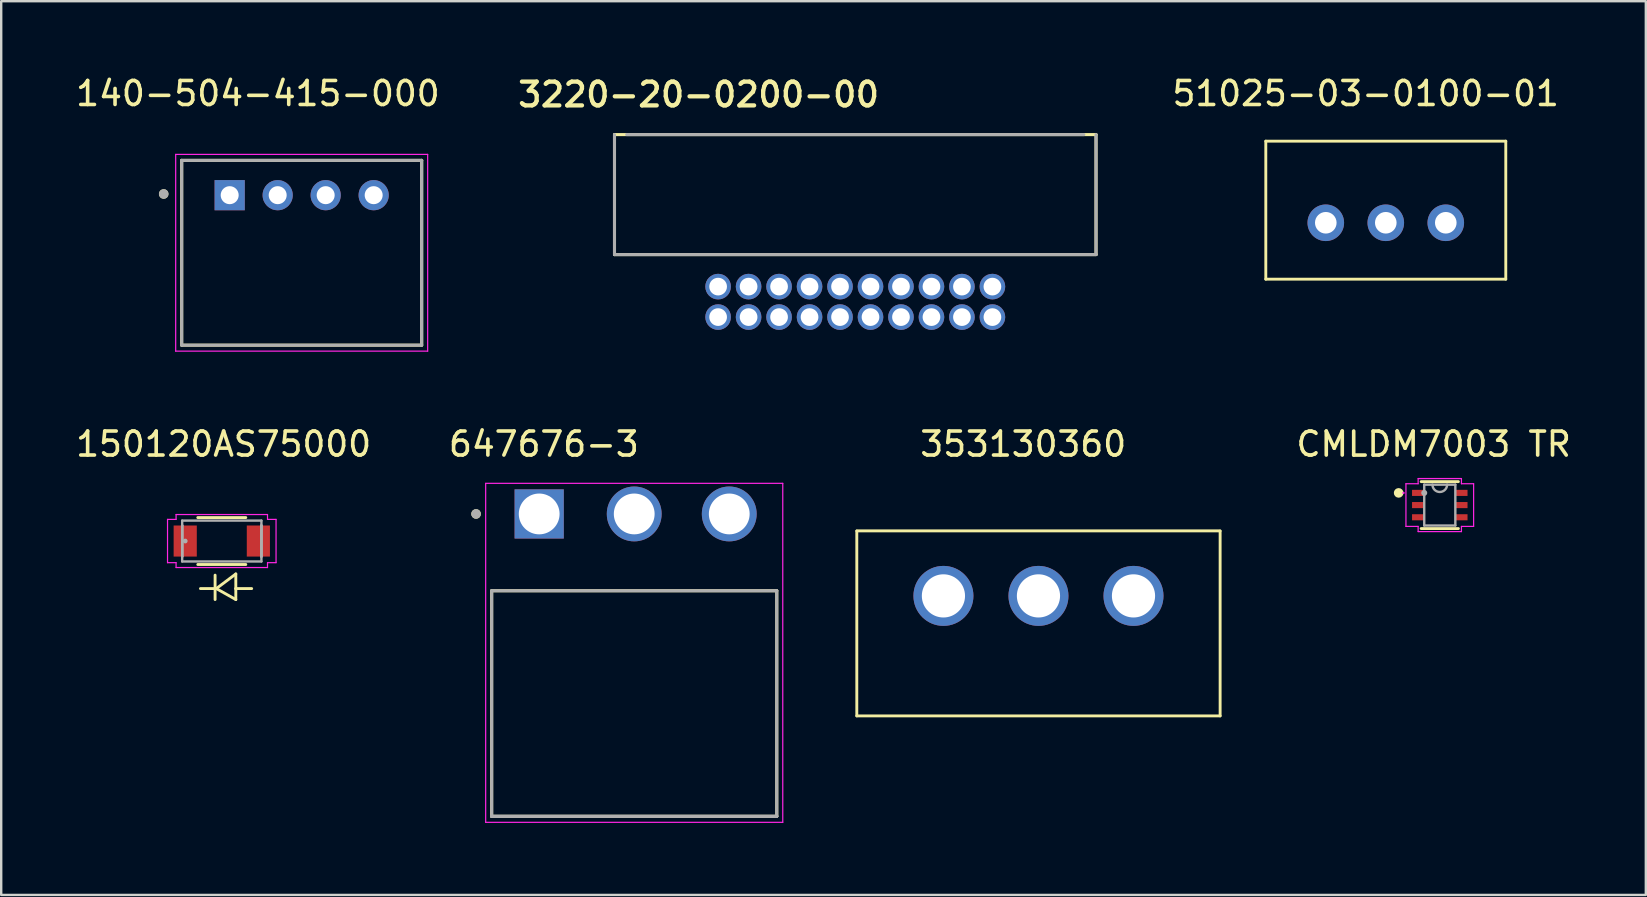
<source format=kicad_pcb>
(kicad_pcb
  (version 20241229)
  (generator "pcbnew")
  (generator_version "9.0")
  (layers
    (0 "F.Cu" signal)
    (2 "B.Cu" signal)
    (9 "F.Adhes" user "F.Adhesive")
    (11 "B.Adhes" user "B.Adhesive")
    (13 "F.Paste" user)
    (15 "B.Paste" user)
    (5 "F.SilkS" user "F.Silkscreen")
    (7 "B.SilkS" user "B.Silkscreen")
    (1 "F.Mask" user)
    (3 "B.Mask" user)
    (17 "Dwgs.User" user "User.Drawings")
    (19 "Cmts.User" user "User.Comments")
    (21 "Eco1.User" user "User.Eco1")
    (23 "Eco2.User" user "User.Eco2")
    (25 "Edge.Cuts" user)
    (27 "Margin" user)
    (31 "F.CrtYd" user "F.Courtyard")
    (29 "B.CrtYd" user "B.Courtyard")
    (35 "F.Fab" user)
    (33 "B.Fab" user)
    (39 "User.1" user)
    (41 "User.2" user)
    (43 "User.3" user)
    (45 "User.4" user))
  (footprint "CMLDM7003 TR"
    (layer "F.Cu")
    (at 56.946 17.997)
    (property "Reference" "CMLDM7003 TR" (at -0.254 -2.54 0) (layer "F.SilkS") (effects (font (size 1 1) (thickness 0.15))))
    (attr through_hole)
    (fp_line (start -0.775 0.978) (end 0.775 0.978) (stroke (width 0.12) (type solid)) (layer "F.SilkS"))
    (fp_line (start 0.775 -0.978) (end -0.775 -0.978) (stroke (width 0.12) (type solid)) (layer "F.SilkS"))
    (fp_circle (center -1.714 -0.508) (end -1.613 -0.508) (stroke (width 0.2) (type solid)) (fill no) (layer "F.SilkS"))
    (fp_line (start -1.41 -0.889) (end -0.902 -0.889) (stroke (width 0.05) (type solid)) (layer "F.CrtYd"))
    (fp_line (start -1.41 0.889) (end -1.41 -0.889) (stroke (width 0.05) (type solid)) (layer "F.CrtYd"))
    (fp_line (start -0.902 -1.105) (end 0.902 -1.105) (stroke (width 0.05) (type solid)) (layer "F.CrtYd"))
    (fp_line (start -0.902 -0.889) (end -0.902 -1.105) (stroke (width 0.05) (type solid)) (layer "F.CrtYd"))
    (fp_line (start -0.902 0.889) (end -1.41 0.889) (stroke (width 0.05) (type solid)) (layer "F.CrtYd"))
    (fp_line (start -0.902 1.105) (end -0.902 0.889) (stroke (width 0.05) (type solid)) (layer "F.CrtYd"))
    (fp_line (start 0.902 -1.105) (end 0.902 -0.889) (stroke (width 0.05) (type solid)) (layer "F.CrtYd"))
    (fp_line (start 0.902 -0.889) (end 1.41 -0.889) (stroke (width 0.05) (type solid)) (layer "F.CrtYd"))
    (fp_line (start 0.902 0.889) (end 0.902 1.105) (stroke (width 0.05) (type solid)) (layer "F.CrtYd"))
    (fp_line (start 0.902 1.105) (end -0.902 1.105) (stroke (width 0.05) (type solid)) (layer "F.CrtYd"))
    (fp_line (start 1.41 -0.889) (end 1.41 0.889) (stroke (width 0.05) (type solid)) (layer "F.CrtYd"))
    (fp_line (start 1.41 0.889) (end 0.902 0.889) (stroke (width 0.05) (type solid)) (layer "F.CrtYd"))
    (fp_circle (center -1.511 -0.508) (end -1.511 -0.508) (stroke (width 0.05) (type solid)) (fill no) (layer "F.CrtYd"))
    (fp_line (start -0.648 -0.851) (end -0.648 0.851) (stroke (width 0.1) (type solid)) (layer "F.Fab"))
    (fp_line (start -0.648 0.851) (end 0.648 0.851) (stroke (width 0.1) (type solid)) (layer "F.Fab"))
    (fp_line (start 0.648 -0.851) (end -0.648 -0.851) (stroke (width 0.1) (type solid)) (layer "F.Fab"))
    (fp_line (start 0.648 0.851) (end 0.648 -0.851) (stroke (width 0.1) (type solid)) (layer "F.Fab"))
    (fp_arc (start 0.3048 -0.8509) (mid 0 -0.5461) (end -0.3048 -0.8509) (stroke (width 0.1) (type solid)) (layer "F.Fab"))
    (fp_circle (center -0.648 -0.508) (end -0.572 -0.508) (stroke (width 0.1) (type solid)) (fill no) (layer "F.Fab"))
    (pad "1" smd rect (at -0.902 -0.508) (size 0.508 0.254) (layers "F.Cu" "F.Mask" "F.Paste"))
    (pad "2" smd rect (at -0.902 0) (size 0.508 0.254) (layers "F.Cu" "F.Mask" "F.Paste"))
    (pad "3" smd rect (at -0.902 0.508) (size 0.508 0.254) (layers "F.Cu" "F.Mask" "F.Paste"))
    (pad "4" smd rect (at 0.902 0.508) (size 0.508 0.254) (layers "F.Cu" "F.Mask" "F.Paste"))
    (pad "5" smd rect (at 0.902 0) (size 0.508 0.254) (layers "F.Cu" "F.Mask" "F.Paste"))
    (pad "6" smd rect (at 0.902 -0.508) (size 0.508 0.254) (layers "F.Cu" "F.Mask" "F.Paste")))
  (footprint "140-504-415-000"
    (layer "F.Cu")
    (at 9.521 7.483)
    (property "Reference" "140-504-415-000" (at -1.825 -6.635 0) (layer "F.SilkS") (effects (font (size 1 1) (thickness 0.15))))
    (attr through_hole)
    (fp_line (start -5 -3.85) (end 5 -3.85) (stroke (width 0.127) (type solid)) (layer "F.SilkS"))
    (fp_line (start -5 3.85) (end -5 -3.85) (stroke (width 0.127) (type solid)) (layer "F.SilkS"))
    (fp_line (start 5 -3.85) (end 5 3.85) (stroke (width 0.127) (type solid)) (layer "F.SilkS"))
    (fp_line (start 5 3.85) (end -5 3.85) (stroke (width 0.127) (type solid)) (layer "F.SilkS"))
    (fp_circle (center -5.75 -2.45) (end -5.65 -2.45) (stroke (width 0.2) (type solid)) (fill no) (layer "F.SilkS"))
    (fp_line (start -5.25 -4.1) (end -5.25 4.1) (stroke (width 0.05) (type solid)) (layer "F.CrtYd"))
    (fp_line (start -5.25 4.1) (end 5.25 4.1) (stroke (width 0.05) (type solid)) (layer "F.CrtYd"))
    (fp_line (start 5.25 -4.1) (end -5.25 -4.1) (stroke (width 0.05) (type solid)) (layer "F.CrtYd"))
    (fp_line (start 5.25 4.1) (end 5.25 -4.1) (stroke (width 0.05) (type solid)) (layer "F.CrtYd"))
    (fp_line (start -5 -3.85) (end 5 -3.85) (stroke (width 0.127) (type solid)) (layer "F.Fab"))
    (fp_line (start -5 3.85) (end -5 -3.85) (stroke (width 0.127) (type solid)) (layer "F.Fab"))
    (fp_line (start 5 -3.85) (end 5 3.85) (stroke (width 0.127) (type solid)) (layer "F.Fab"))
    (fp_line (start 5 3.85) (end -5 3.85) (stroke (width 0.127) (type solid)) (layer "F.Fab"))
    (fp_circle (center -5.75 -2.45) (end -5.65 -2.45) (stroke (width 0.2) (type solid)) (fill no) (layer "F.Fab"))
    (pad "1" thru_hole rect (at -3 -2.4) (size 1.258 1.258) (drill 0.75) (layers "*.Cu" "*.Mask"))
    (pad "2" thru_hole circle (at -1 -2.4) (size 1.258 1.258) (drill 0.75) (layers "*.Cu" "*.Mask"))
    (pad "3" thru_hole circle (at 1 -2.4) (size 1.258 1.258) (drill 0.75) (layers "*.Cu" "*.Mask"))
    (pad "4" thru_hole circle (at 3 -2.4) (size 1.258 1.258) (drill 0.75) (layers "*.Cu" "*.Mask")))
  (footprint "150120AS75000"
    (layer "F.Cu")
    (at 6.192 19.495)
    (property "Reference" "150120AS75000" (at 0.076 -4.039 0) (layer "F.SilkS") (effects (font (size 1 1) (thickness 0.15))))
    (attr smd)
    (fp_line (start -1 0.978) (end 1 0.978) (stroke (width 0.12) (type solid)) (layer "F.SilkS"))
    (fp_line (start -0.279 1.422) (end -0.279 2.438) (stroke (width 0.12) (type solid)) (layer "F.SilkS"))
    (fp_line (start -0.229 1.981) (end -0.889 1.981) (stroke (width 0.12) (type solid)) (layer "F.SilkS"))
    (fp_line (start 0.584 1.372) (end -0.229 1.981) (stroke (width 0.12) (type solid)) (layer "F.SilkS"))
    (fp_line (start 0.584 1.981) (end 0.584 1.372) (stroke (width 0.12) (type solid)) (layer "F.SilkS"))
    (fp_line (start 0.584 1.981) (end 0.584 2.438) (stroke (width 0.12) (type solid)) (layer "F.SilkS"))
    (fp_line (start 0.584 2.438) (end -0.229 1.981) (stroke (width 0.12) (type solid)) (layer "F.SilkS"))
    (fp_line (start 1 -0.978) (end -1 -0.978) (stroke (width 0.12) (type solid)) (layer "F.SilkS"))
    (fp_line (start 1.245 1.981) (end 0.584 1.981) (stroke (width 0.12) (type solid)) (layer "F.SilkS"))
    (fp_line (start -2.261 -0.902) (end -1.905 -0.902) (stroke (width 0.05) (type solid)) (layer "F.CrtYd"))
    (fp_line (start -2.261 0.902) (end -2.261 -0.902) (stroke (width 0.05) (type solid)) (layer "F.CrtYd"))
    (fp_line (start -1.905 -1.105) (end 1.905 -1.105) (stroke (width 0.05) (type solid)) (layer "F.CrtYd"))
    (fp_line (start -1.905 -0.902) (end -1.905 -1.105) (stroke (width 0.05) (type solid)) (layer "F.CrtYd"))
    (fp_line (start -1.905 0.902) (end -2.261 0.902) (stroke (width 0.05) (type solid)) (layer "F.CrtYd"))
    (fp_line (start -1.905 1.105) (end -1.905 0.902) (stroke (width 0.05) (type solid)) (layer "F.CrtYd"))
    (fp_line (start 1.905 -1.105) (end 1.905 -0.902) (stroke (width 0.05) (type solid)) (layer "F.CrtYd"))
    (fp_line (start 1.905 -0.902) (end 2.261 -0.902) (stroke (width 0.05) (type solid)) (layer "F.CrtYd"))
    (fp_line (start 1.905 0.902) (end 1.905 1.105) (stroke (width 0.05) (type solid)) (layer "F.CrtYd"))
    (fp_line (start 1.905 1.105) (end -1.905 1.105) (stroke (width 0.05) (type solid)) (layer "F.CrtYd"))
    (fp_line (start 2.261 -0.902) (end 2.261 0.902) (stroke (width 0.05) (type solid)) (layer "F.CrtYd"))
    (fp_line (start 2.261 0.902) (end 1.905 0.902) (stroke (width 0.05) (type solid)) (layer "F.CrtYd"))
    (fp_line (start -1.651 -0.851) (end -1.651 0.851) (stroke (width 0.1) (type solid)) (layer "F.Fab"))
    (fp_line (start -1.651 -0.648) (end -1.651 -0.648) (stroke (width 0.1) (type solid)) (layer "F.Fab"))
    (fp_line (start -1.651 -0.648) (end -1.651 0.648) (stroke (width 0.1) (type solid)) (layer "F.Fab"))
    (fp_line (start -1.651 0.648) (end -1.651 -0.648) (stroke (width 0.1) (type solid)) (layer "F.Fab"))
    (fp_line (start -1.651 0.648) (end -1.651 0.648) (stroke (width 0.1) (type solid)) (layer "F.Fab"))
    (fp_line (start -1.651 0.851) (end 1.651 0.851) (stroke (width 0.1) (type solid)) (layer "F.Fab"))
    (fp_line (start 1.651 -0.851) (end -1.651 -0.851) (stroke (width 0.1) (type solid)) (layer "F.Fab"))
    (fp_line (start 1.651 -0.648) (end 1.651 -0.648) (stroke (width 0.1) (type solid)) (layer "F.Fab"))
    (fp_line (start 1.651 -0.648) (end 1.651 0.648) (stroke (width 0.1) (type solid)) (layer "F.Fab"))
    (fp_line (start 1.651 0.648) (end 1.651 -0.648) (stroke (width 0.1) (type solid)) (layer "F.Fab"))
    (fp_line (start 1.651 0.648) (end 1.651 0.648) (stroke (width 0.1) (type solid)) (layer "F.Fab"))
    (fp_line (start 1.651 0.851) (end 1.651 -0.851) (stroke (width 0.1) (type solid)) (layer "F.Fab"))
    (fp_circle (center -1.524 0) (end -1.524 0) (stroke (width 0.1) (type solid)) (fill no) (layer "F.Fab"))
    (pad "1" smd rect (at -1.524 0) (size 0.965 1.295) (layers "F.Cu" "F.Mask" "F.Paste"))
    (pad "2" smd rect (at 1.524 0) (size 0.965 1.295) (layers "F.Cu" "F.Mask" "F.Paste")))
  (footprint "353130360"
    (layer "F.Cu")
    (at 40.223 21.781)
    (property "Reference" "353130360" (at -0.635 -6.325 0) (layer "F.SilkS") (effects (font (size 1 1) (thickness 0.15))))
    (attr through_hole)
    (fp_line (start -7.57 -2.71) (end 7.57 -2.71) (stroke (width 0.12) (type solid)) (layer "F.SilkS"))
    (fp_line (start -7.57 5) (end -7.57 -2.7) (stroke (width 0.12) (type solid)) (layer "F.SilkS"))
    (fp_line (start 7.57 -2.7) (end 7.57 5) (stroke (width 0.12) (type solid)) (layer "F.SilkS"))
    (fp_line (start 7.57 5) (end -7.57 5) (stroke (width 0.12) (type solid)) (layer "F.SilkS"))
    (pad "1" thru_hole circle (at -3.96 0) (size 2.5 2.5) (drill 1.8) (layers "*.Cu" "*.Mask"))
    (pad "2" thru_hole circle (at 0 0) (size 2.5 2.5) (drill 1.8) (layers "*.Cu" "*.Mask"))
    (pad "3" thru_hole circle (at 3.96 0) (size 2.5 2.5) (drill 1.8) (layers "*.Cu" "*.Mask")))
  (footprint "647676-3"
    (layer "F.Cu")
    (at 19.418 18.366)
    (property "Reference" "647676-3" (at 0.195 -2.91 0) (layer "F.SilkS") (effects (font (size 1 1) (thickness 0.15))))
    (attr through_hole)
    (fp_line (start -1.98 12.6) (end -1.98 3.2) (stroke (width 0.127) (type solid)) (layer "F.SilkS"))
    (fp_line (start 9.9 3.2) (end -1.98 3.2) (stroke (width 0.127) (type solid)) (layer "F.SilkS"))
    (fp_line (start 9.9 3.2) (end 9.9 12.6) (stroke (width 0.127) (type solid)) (layer "F.SilkS"))
    (fp_line (start 9.9 12.6) (end -1.98 12.6) (stroke (width 0.127) (type solid)) (layer "F.SilkS"))
    (fp_circle (center -2.63 0) (end -2.53 0) (stroke (width 0.2) (type solid)) (fill no) (layer "F.SilkS"))
    (fp_line (start -2.23 -1.275) (end 10.15 -1.275) (stroke (width 0.05) (type solid)) (layer "F.CrtYd"))
    (fp_line (start -2.23 12.85) (end -2.23 -1.275) (stroke (width 0.05) (type solid)) (layer "F.CrtYd"))
    (fp_line (start 10.15 -1.275) (end 10.15 12.85) (stroke (width 0.05) (type solid)) (layer "F.CrtYd"))
    (fp_line (start 10.15 12.85) (end -2.23 12.85) (stroke (width 0.05) (type solid)) (layer "F.CrtYd"))
    (fp_line (start -1.98 3.2) (end 9.9 3.2) (stroke (width 0.127) (type solid)) (layer "F.Fab"))
    (fp_line (start -1.98 12.6) (end -1.98 3.2) (stroke (width 0.127) (type solid)) (layer "F.Fab"))
    (fp_line (start -1.98 12.6) (end -1.98 12.6) (stroke (width 0.127) (type solid)) (layer "F.Fab"))
    (fp_line (start -1.98 12.6) (end 9.9 12.6) (stroke (width 0.127) (type solid)) (layer "F.Fab"))
    (fp_line (start 9.9 3.2) (end 9.9 12.6) (stroke (width 0.127) (type solid)) (layer "F.Fab"))
    (fp_line (start 9.9 12.6) (end -1.98 12.6) (stroke (width 0.127) (type solid)) (layer "F.Fab"))
    (fp_line (start 9.9 12.6) (end 9.9 12.6) (stroke (width 0.127) (type solid)) (layer "F.Fab"))
    (fp_circle (center -2.63 0) (end -2.53 0) (stroke (width 0.2) (type solid)) (fill no) (layer "F.Fab"))
    (pad "1" thru_hole rect (at 0 0) (size 2.05 2.05) (drill 1.7) (layers "*.Cu" "*.Mask"))
    (pad "2" thru_hole circle (at 3.96 0) (size 2.286 2.286) (drill 1.7) (layers "*.Cu" "*.Mask"))
    (pad "3" thru_hole circle (at 7.92 0) (size 2.286 2.286) (drill 1.7) (layers "*.Cu" "*.Mask")))
  (footprint "51025-03-0100-01"
    (layer "F.Cu")
    (at 54.696 6.233)
    (property "Reference" "51025-03-0100-01" (at -0.838 -5.385 0) (layer "F.SilkS") (effects (font (size 1 1) (thickness 0.15))))
    (attr through_hole)
    (fp_line (start -5 -3.4) (end 5 -3.4) (stroke (width 0.12) (type solid)) (layer "F.SilkS"))
    (fp_line (start -5 2.35) (end -5 -3.4) (stroke (width 0.12) (type solid)) (layer "F.SilkS"))
    (fp_line (start 5 -3.4) (end 5 2.35) (stroke (width 0.12) (type solid)) (layer "F.SilkS"))
    (fp_line (start 5 2.35) (end -5 2.35) (stroke (width 0.12) (type solid)) (layer "F.SilkS"))
    (pad "1" thru_hole circle (at -2.5 0) (size 1.524 1.524) (drill 0.9) (layers "*.Cu" "*.Mask"))
    (pad "2" thru_hole circle (at 0 0) (size 1.524 1.524) (drill 0.9) (layers "*.Cu" "*.Mask"))
    (pad "3" thru_hole circle (at 2.5 0) (size 1.524 1.524) (drill 0.9) (layers "*.Cu" "*.Mask")))
  (footprint "3220-20-0200-00"
    (layer "F.Cu")
    (at 32.589 8.893)
    (property "Reference" "3220-20-0200-00" (at -6.528 -8.001 0) (layer "F.SilkS") (effects (font (size 0.991 0.991) (thickness 0.178))))
    (attr through_hole)
    (fp_line (start -10.033 -6.334) (end 10.033 -6.334) (stroke (width 0.127) (type solid)) (layer "F.SilkS"))
    (fp_line (start -10.033 -1.334) (end -10.033 -6.334) (stroke (width 0.127) (type solid)) (layer "F.SilkS"))
    (fp_line (start 10.033 -6.334) (end 10.033 -1.334) (stroke (width 0.127) (type solid)) (layer "F.SilkS"))
    (fp_line (start 10.033 -1.334) (end -10.033 -1.334) (stroke (width 0.127) (type solid)) (layer "F.SilkS"))
    (fp_line (start -10.033 -1.334) (end -10.033 -6.334) (stroke (width 0.127) (type solid)) (layer "F.Fab"))
    (fp_line (start -9.525 -6.334) (end 9.525 -6.334) (stroke (width 0.127) (type solid)) (layer "F.Fab"))
    (fp_line (start 10.033 -6.334) (end 10.033 -1.334) (stroke (width 0.127) (type solid)) (layer "F.Fab"))
    (fp_line (start 10.033 -1.334) (end -10.033 -1.334) (stroke (width 0.127) (type solid)) (layer "F.Fab"))
    (pad "1" thru_hole circle (at -5.715 1.27) (size 1.067 1.067) (drill 0.737) (layers "*.Cu" "*.Mask"))
    (pad "2" thru_hole circle (at -5.715 0) (size 1.067 1.067) (drill 0.737) (layers "*.Cu" "*.Mask"))
    (pad "3" thru_hole circle (at -4.445 1.27) (size 1.067 1.067) (drill 0.737) (layers "*.Cu" "*.Mask"))
    (pad "4" thru_hole circle (at -4.445 0) (size 1.067 1.067) (drill 0.737) (layers "*.Cu" "*.Mask"))
    (pad "5" thru_hole circle (at -3.175 1.27) (size 1.067 1.067) (drill 0.737) (layers "*.Cu" "*.Mask"))
    (pad "6" thru_hole circle (at -3.175 0) (size 1.067 1.067) (drill 0.737) (layers "*.Cu" "*.Mask"))
    (pad "7" thru_hole circle (at -1.905 1.27) (size 1.067 1.067) (drill 0.737) (layers "*.Cu" "*.Mask"))
    (pad "8" thru_hole circle (at -1.905 0) (size 1.067 1.067) (drill 0.737) (layers "*.Cu" "*.Mask"))
    (pad "9" thru_hole circle (at -0.635 1.27) (size 1.067 1.067) (drill 0.737) (layers "*.Cu" "*.Mask"))
    (pad "10" thru_hole circle (at -0.635 0) (size 1.067 1.067) (drill 0.737) (layers "*.Cu" "*.Mask"))
    (pad "11" thru_hole circle (at 0.635 1.27) (size 1.067 1.067) (drill 0.737) (layers "*.Cu" "*.Mask"))
    (pad "12" thru_hole circle (at 0.635 0) (size 1.067 1.067) (drill 0.737) (layers "*.Cu" "*.Mask"))
    (pad "13" thru_hole circle (at 1.905 1.27) (size 1.067 1.067) (drill 0.737) (layers "*.Cu" "*.Mask"))
    (pad "14" thru_hole circle (at 1.905 0) (size 1.067 1.067) (drill 0.737) (layers "*.Cu" "*.Mask"))
    (pad "15" thru_hole circle (at 3.175 1.27) (size 1.067 1.067) (drill 0.737) (layers "*.Cu" "*.Mask"))
    (pad "16" thru_hole circle (at 3.175 0) (size 1.067 1.067) (drill 0.737) (layers "*.Cu" "*.Mask"))
    (pad "17" thru_hole circle (at 4.445 1.27) (size 1.067 1.067) (drill 0.737) (layers "*.Cu" "*.Mask"))
    (pad "18" thru_hole circle (at 4.445 0) (size 1.067 1.067) (drill 0.737) (layers "*.Cu" "*.Mask"))
    (pad "19" thru_hole circle (at 5.715 1.27) (size 1.067 1.067) (drill 0.737) (layers "*.Cu" "*.Mask"))
    (pad "20" thru_hole circle (at 5.715 0) (size 1.067 1.067) (drill 0.737) (layers "*.Cu" "*.Mask")))
  (gr_rect
    (start -3 -3)
    (end 65.532 34.242)
    (stroke (width 0.1) (type default))
    (fill no)
    (layer "Edge.Cuts")))
</source>
